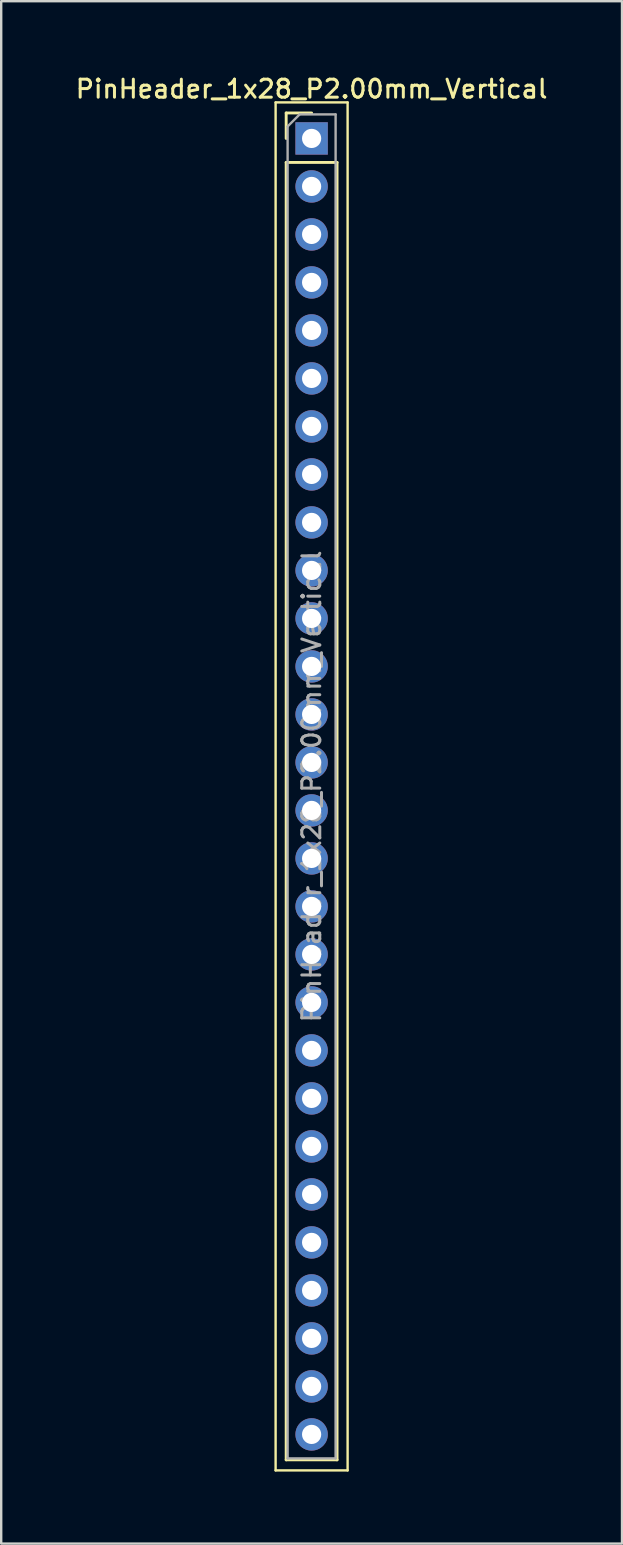
<source format=kicad_pcb>
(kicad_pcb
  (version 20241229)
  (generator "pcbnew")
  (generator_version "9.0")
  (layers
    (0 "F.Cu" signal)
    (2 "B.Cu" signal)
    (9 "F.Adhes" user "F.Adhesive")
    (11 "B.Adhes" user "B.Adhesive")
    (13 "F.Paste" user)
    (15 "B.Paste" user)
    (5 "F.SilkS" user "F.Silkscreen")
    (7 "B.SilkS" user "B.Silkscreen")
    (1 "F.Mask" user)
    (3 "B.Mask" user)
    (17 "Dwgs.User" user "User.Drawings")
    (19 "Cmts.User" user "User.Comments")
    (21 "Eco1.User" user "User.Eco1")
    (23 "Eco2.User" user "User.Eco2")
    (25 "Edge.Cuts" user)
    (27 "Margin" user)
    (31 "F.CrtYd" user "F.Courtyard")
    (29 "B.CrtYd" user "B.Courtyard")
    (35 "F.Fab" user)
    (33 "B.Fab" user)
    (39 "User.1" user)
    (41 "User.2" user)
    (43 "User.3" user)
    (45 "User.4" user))
  (footprint "PinHeader_1x28_P2.00mm_Vertical"
    (layer "F.Cu")
    (at 9.934 2.718)
    (property "Reference" "PinHeader_1x28_P2.00mm_Vertical" (at 0 -2.06 0) (layer "F.SilkS") (effects (font (size 0.75 0.75) (thickness 0.125))))
    (attr through_hole)
    (fp_line (start -1.5 -1.5) (end -1.5 55.5) (stroke (width 0.1) (type solid)) (layer "F.SilkS"))
    (fp_line (start -1.5 55.5) (end 1.5 55.5) (stroke (width 0.1) (type solid)) (layer "F.SilkS"))
    (fp_line (start -1.06 -1.06) (end 0 -1.06) (stroke (width 0.12) (type solid)) (layer "F.SilkS"))
    (fp_line (start -1.06 0) (end -1.06 -1.06) (stroke (width 0.12) (type solid)) (layer "F.SilkS"))
    (fp_line (start -1.06 1) (end -1.06 55.06) (stroke (width 0.12) (type solid)) (layer "F.SilkS"))
    (fp_line (start -1.06 1) (end 1.06 1) (stroke (width 0.12) (type solid)) (layer "F.SilkS"))
    (fp_line (start -1.06 55.06) (end 1.06 55.06) (stroke (width 0.12) (type solid)) (layer "F.SilkS"))
    (fp_line (start 1.06 1) (end 1.06 55.06) (stroke (width 0.12) (type solid)) (layer "F.SilkS"))
    (fp_line (start 1.5 -1.5) (end -1.5 -1.5) (stroke (width 0.1) (type solid)) (layer "F.SilkS"))
    (fp_line (start 1.5 55.5) (end 1.5 -1.5) (stroke (width 0.1) (type solid)) (layer "F.SilkS"))
    (fp_line (start -1 -0.5) (end -0.5 -1) (stroke (width 0.1) (type solid)) (layer "F.Fab"))
    (fp_line (start -1 55) (end -1 -0.5) (stroke (width 0.1) (type solid)) (layer "F.Fab"))
    (fp_line (start -0.5 -1) (end 1 -1) (stroke (width 0.1) (type solid)) (layer "F.Fab"))
    (fp_line (start 1 -1) (end 1 55) (stroke (width 0.1) (type solid)) (layer "F.Fab"))
    (fp_line (start 1 55) (end -1 55) (stroke (width 0.1) (type solid)) (layer "F.Fab"))
    (fp_text user "${REFERENCE}" (at 0 27 90) (layer "F.Fab") (effects (font (size 0.75 0.75) (thickness 0.125))))
    (pad "1" thru_hole rect (at 0 0) (size 1.35 1.35) (drill 0.8) (layers "*.Cu" "*.Mask"))
    (pad "2" thru_hole oval (at 0 2) (size 1.35 1.35) (drill 0.8) (layers "*.Cu" "*.Mask"))
    (pad "3" thru_hole oval (at 0 4) (size 1.35 1.35) (drill 0.8) (layers "*.Cu" "*.Mask"))
    (pad "4" thru_hole oval (at 0 6) (size 1.35 1.35) (drill 0.8) (layers "*.Cu" "*.Mask"))
    (pad "5" thru_hole oval (at 0 8) (size 1.35 1.35) (drill 0.8) (layers "*.Cu" "*.Mask"))
    (pad "6" thru_hole oval (at 0 10) (size 1.35 1.35) (drill 0.8) (layers "*.Cu" "*.Mask"))
    (pad "7" thru_hole oval (at 0 12) (size 1.35 1.35) (drill 0.8) (layers "*.Cu" "*.Mask"))
    (pad "8" thru_hole oval (at 0 14) (size 1.35 1.35) (drill 0.8) (layers "*.Cu" "*.Mask"))
    (pad "9" thru_hole oval (at 0 16) (size 1.35 1.35) (drill 0.8) (layers "*.Cu" "*.Mask"))
    (pad "10" thru_hole oval (at 0 18) (size 1.35 1.35) (drill 0.8) (layers "*.Cu" "*.Mask"))
    (pad "11" thru_hole oval (at 0 20) (size 1.35 1.35) (drill 0.8) (layers "*.Cu" "*.Mask"))
    (pad "12" thru_hole oval (at 0 22) (size 1.35 1.35) (drill 0.8) (layers "*.Cu" "*.Mask"))
    (pad "13" thru_hole oval (at 0 24) (size 1.35 1.35) (drill 0.8) (layers "*.Cu" "*.Mask"))
    (pad "14" thru_hole oval (at 0 26) (size 1.35 1.35) (drill 0.8) (layers "*.Cu" "*.Mask"))
    (pad "15" thru_hole oval (at 0 28) (size 1.35 1.35) (drill 0.8) (layers "*.Cu" "*.Mask"))
    (pad "16" thru_hole oval (at 0 30) (size 1.35 1.35) (drill 0.8) (layers "*.Cu" "*.Mask"))
    (pad "17" thru_hole oval (at 0 32) (size 1.35 1.35) (drill 0.8) (layers "*.Cu" "*.Mask"))
    (pad "18" thru_hole oval (at 0 34) (size 1.35 1.35) (drill 0.8) (layers "*.Cu" "*.Mask"))
    (pad "19" thru_hole oval (at 0 36) (size 1.35 1.35) (drill 0.8) (layers "*.Cu" "*.Mask"))
    (pad "20" thru_hole oval (at 0 38) (size 1.35 1.35) (drill 0.8) (layers "*.Cu" "*.Mask"))
    (pad "21" thru_hole oval (at 0 40) (size 1.35 1.35) (drill 0.8) (layers "*.Cu" "*.Mask"))
    (pad "22" thru_hole oval (at 0 42) (size 1.35 1.35) (drill 0.8) (layers "*.Cu" "*.Mask"))
    (pad "23" thru_hole oval (at 0 44) (size 1.35 1.35) (drill 0.8) (layers "*.Cu" "*.Mask"))
    (pad "24" thru_hole oval (at 0 46) (size 1.35 1.35) (drill 0.8) (layers "*.Cu" "*.Mask"))
    (pad "25" thru_hole oval (at 0 48) (size 1.35 1.35) (drill 0.8) (layers "*.Cu" "*.Mask"))
    (pad "26" thru_hole oval (at 0 50) (size 1.35 1.35) (drill 0.8) (layers "*.Cu" "*.Mask"))
    (pad "27" thru_hole oval (at 0 52) (size 1.35 1.35) (drill 0.8) (layers "*.Cu" "*.Mask"))
    (pad "28" thru_hole oval (at 0 54) (size 1.35 1.35) (drill 0.8) (layers "*.Cu" "*.Mask")))
  (gr_rect
    (start -3 -3)
    (end 22.868 61.268)
    (stroke (width 0.1) (type default))
    (fill no)
    (layer "Edge.Cuts")))
</source>
